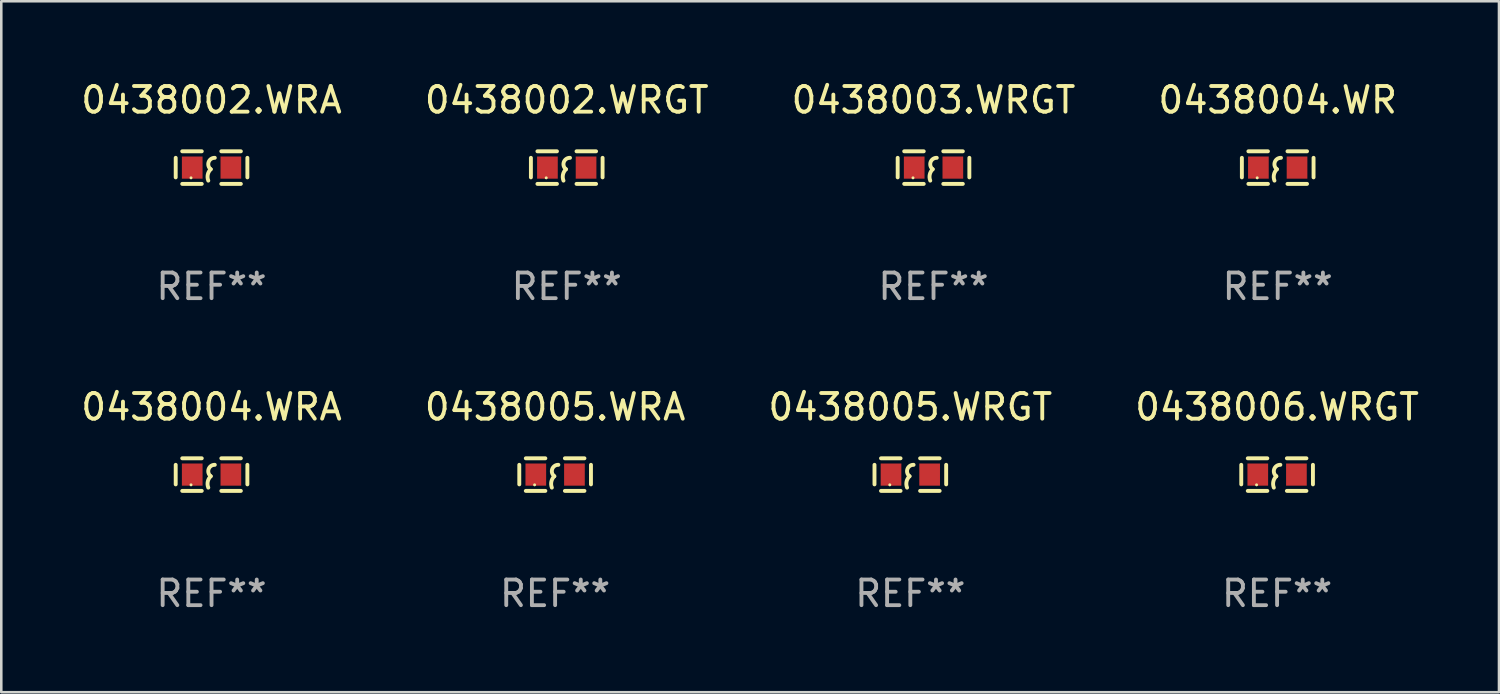
<source format=kicad_pcb>
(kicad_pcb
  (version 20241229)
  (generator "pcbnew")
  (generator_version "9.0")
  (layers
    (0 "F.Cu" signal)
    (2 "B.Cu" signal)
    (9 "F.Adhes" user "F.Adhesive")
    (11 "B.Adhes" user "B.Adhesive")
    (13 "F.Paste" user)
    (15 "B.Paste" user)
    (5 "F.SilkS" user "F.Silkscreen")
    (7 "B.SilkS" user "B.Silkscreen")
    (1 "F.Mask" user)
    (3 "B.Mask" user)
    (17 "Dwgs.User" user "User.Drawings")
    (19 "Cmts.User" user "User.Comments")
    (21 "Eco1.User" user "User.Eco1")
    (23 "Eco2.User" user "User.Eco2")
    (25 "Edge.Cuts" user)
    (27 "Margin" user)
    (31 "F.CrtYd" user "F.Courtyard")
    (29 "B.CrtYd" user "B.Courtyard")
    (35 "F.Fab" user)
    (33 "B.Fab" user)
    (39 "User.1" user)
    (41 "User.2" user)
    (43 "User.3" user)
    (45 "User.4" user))
  (footprint "0438002.WRGT"
    (layer "F.Cu")
    (at 19.042 3.483)
    (property "Reference" "0438002.WRGT" (at 0 -2.635 0) (layer "F.SilkS") (effects (font (size 1 1) (thickness 0.15))))
    (attr through_hole)
    (fp_line (start -1.397 -0.381) (end -1.397 0.381) (stroke (width 0.152) (type solid)) (layer "F.SilkS"))
    (fp_line (start -0.381 -0.635) (end -1.143 -0.635) (stroke (width 0.152) (type solid)) (layer "F.SilkS"))
    (fp_line (start -0.381 0.635) (end -1.143 0.635) (stroke (width 0.152) (type solid)) (layer "F.SilkS"))
    (fp_line (start 0.381 -0.635) (end 1.143 -0.635) (stroke (width 0.152) (type solid)) (layer "F.SilkS"))
    (fp_line (start 0.381 0.635) (end 1.143 0.635) (stroke (width 0.152) (type solid)) (layer "F.SilkS"))
    (fp_line (start 1.397 -0.381) (end 1.397 0.381) (stroke (width 0.152) (type solid)) (layer "F.SilkS"))
    (fp_arc (start -0.127 0.508001) (mid -0.146523 0.271131) (end -0.030861 0.0635) (stroke (width 0.151994) (type solid)) (layer "F.SilkS"))
    (fp_arc (start -0.03175 0.0635) (mid -0.113571 -0.216321) (end 0.127001 -0.381002) (stroke (width 0.151994) (type solid)) (layer "F.SilkS"))
    (fp_circle (center -0.8 0.4) (end -0.77 0.4) (stroke (width 0.06) (type solid)) (fill no) (layer "F.SilkS"))
    (fp_text user "REF**" (at 0 4.635 0) (layer "F.Fab") (effects (font (size 1 1) (thickness 0.15))))
    (pad "1" smd rect (at -0.753 0) (size 0.806 0.864) (layers "F.Cu" "F.Mask" "F.Paste"))
    (pad "2" smd rect (at 0.753 0) (size 0.806 0.864) (layers "F.Cu" "F.Mask" "F.Paste")))
  (footprint "0438004.WRA"
    (layer "F.Cu")
    (at 5.196 15.45)
    (property "Reference" "0438004.WRA" (at 0 -2.635 0) (layer "F.SilkS") (effects (font (size 1 1) (thickness 0.15))))
    (attr through_hole)
    (fp_line (start -1.397 -0.381) (end -1.397 0.381) (stroke (width 0.152) (type solid)) (layer "F.SilkS"))
    (fp_line (start -0.381 -0.635) (end -1.143 -0.635) (stroke (width 0.152) (type solid)) (layer "F.SilkS"))
    (fp_line (start -0.381 0.635) (end -1.143 0.635) (stroke (width 0.152) (type solid)) (layer "F.SilkS"))
    (fp_line (start 0.381 -0.635) (end 1.143 -0.635) (stroke (width 0.152) (type solid)) (layer "F.SilkS"))
    (fp_line (start 0.381 0.635) (end 1.143 0.635) (stroke (width 0.152) (type solid)) (layer "F.SilkS"))
    (fp_line (start 1.397 -0.381) (end 1.397 0.381) (stroke (width 0.152) (type solid)) (layer "F.SilkS"))
    (fp_arc (start -0.127 0.508001) (mid -0.146523 0.271131) (end -0.030861 0.0635) (stroke (width 0.151994) (type solid)) (layer "F.SilkS"))
    (fp_arc (start -0.03175 0.0635) (mid -0.113571 -0.216321) (end 0.127001 -0.381002) (stroke (width 0.151994) (type solid)) (layer "F.SilkS"))
    (fp_circle (center -0.8 0.4) (end -0.77 0.4) (stroke (width 0.06) (type solid)) (fill no) (layer "F.SilkS"))
    (fp_text user "REF**" (at 0 4.635 0) (layer "F.Fab") (effects (font (size 1 1) (thickness 0.15))))
    (pad "1" smd rect (at -0.753 0) (size 0.806 0.864) (layers "F.Cu" "F.Mask" "F.Paste"))
    (pad "2" smd rect (at 0.753 0) (size 0.806 0.864) (layers "F.Cu" "F.Mask" "F.Paste")))
  (footprint "0438002.WRA"
    (layer "F.Cu")
    (at 5.196 3.483)
    (property "Reference" "0438002.WRA" (at 0 -2.635 0) (layer "F.SilkS") (effects (font (size 1 1) (thickness 0.15))))
    (attr through_hole)
    (fp_line (start -1.397 -0.381) (end -1.397 0.381) (stroke (width 0.152) (type solid)) (layer "F.SilkS"))
    (fp_line (start -0.381 -0.635) (end -1.143 -0.635) (stroke (width 0.152) (type solid)) (layer "F.SilkS"))
    (fp_line (start -0.381 0.635) (end -1.143 0.635) (stroke (width 0.152) (type solid)) (layer "F.SilkS"))
    (fp_line (start 0.381 -0.635) (end 1.143 -0.635) (stroke (width 0.152) (type solid)) (layer "F.SilkS"))
    (fp_line (start 0.381 0.635) (end 1.143 0.635) (stroke (width 0.152) (type solid)) (layer "F.SilkS"))
    (fp_line (start 1.397 -0.381) (end 1.397 0.381) (stroke (width 0.152) (type solid)) (layer "F.SilkS"))
    (fp_arc (start -0.127 0.508001) (mid -0.146523 0.271131) (end -0.030861 0.0635) (stroke (width 0.151994) (type solid)) (layer "F.SilkS"))
    (fp_arc (start -0.03175 0.0635) (mid -0.113571 -0.216321) (end 0.127001 -0.381002) (stroke (width 0.151994) (type solid)) (layer "F.SilkS"))
    (fp_circle (center -0.8 0.4) (end -0.77 0.4) (stroke (width 0.06) (type solid)) (fill no) (layer "F.SilkS"))
    (fp_text user "REF**" (at 0 4.635 0) (layer "F.Fab") (effects (font (size 1 1) (thickness 0.15))))
    (pad "1" smd rect (at -0.753 0) (size 0.806 0.864) (layers "F.Cu" "F.Mask" "F.Paste"))
    (pad "2" smd rect (at 0.753 0) (size 0.806 0.864) (layers "F.Cu" "F.Mask" "F.Paste")))
  (footprint "0438003.WRGT"
    (layer "F.Cu")
    (at 33.339 3.483)
    (property "Reference" "0438003.WRGT" (at 0 -2.635 0) (layer "F.SilkS") (effects (font (size 1 1) (thickness 0.15))))
    (attr through_hole)
    (fp_line (start -1.397 -0.381) (end -1.397 0.381) (stroke (width 0.152) (type solid)) (layer "F.SilkS"))
    (fp_line (start -0.381 -0.635) (end -1.143 -0.635) (stroke (width 0.152) (type solid)) (layer "F.SilkS"))
    (fp_line (start -0.381 0.635) (end -1.143 0.635) (stroke (width 0.152) (type solid)) (layer "F.SilkS"))
    (fp_line (start 0.381 -0.635) (end 1.143 -0.635) (stroke (width 0.152) (type solid)) (layer "F.SilkS"))
    (fp_line (start 0.381 0.635) (end 1.143 0.635) (stroke (width 0.152) (type solid)) (layer "F.SilkS"))
    (fp_line (start 1.397 -0.381) (end 1.397 0.381) (stroke (width 0.152) (type solid)) (layer "F.SilkS"))
    (fp_arc (start -0.127 0.508001) (mid -0.146523 0.271131) (end -0.030861 0.0635) (stroke (width 0.151994) (type solid)) (layer "F.SilkS"))
    (fp_arc (start -0.03175 0.0635) (mid -0.113571 -0.216321) (end 0.127001 -0.381002) (stroke (width 0.151994) (type solid)) (layer "F.SilkS"))
    (fp_circle (center -0.8 0.4) (end -0.77 0.4) (stroke (width 0.06) (type solid)) (fill no) (layer "F.SilkS"))
    (fp_text user "REF**" (at 0 4.635 0) (layer "F.Fab") (effects (font (size 1 1) (thickness 0.15))))
    (pad "1" smd rect (at -0.753 0) (size 0.806 0.864) (layers "F.Cu" "F.Mask" "F.Paste"))
    (pad "2" smd rect (at 0.753 0) (size 0.806 0.864) (layers "F.Cu" "F.Mask" "F.Paste")))
  (footprint "0438005.WRA"
    (layer "F.Cu")
    (at 18.589 15.45)
    (property "Reference" "0438005.WRA" (at 0 -2.635 0) (layer "F.SilkS") (effects (font (size 1 1) (thickness 0.15))))
    (attr through_hole)
    (fp_line (start -1.397 -0.381) (end -1.397 0.381) (stroke (width 0.152) (type solid)) (layer "F.SilkS"))
    (fp_line (start -0.381 -0.635) (end -1.143 -0.635) (stroke (width 0.152) (type solid)) (layer "F.SilkS"))
    (fp_line (start -0.381 0.635) (end -1.143 0.635) (stroke (width 0.152) (type solid)) (layer "F.SilkS"))
    (fp_line (start 0.381 -0.635) (end 1.143 -0.635) (stroke (width 0.152) (type solid)) (layer "F.SilkS"))
    (fp_line (start 0.381 0.635) (end 1.143 0.635) (stroke (width 0.152) (type solid)) (layer "F.SilkS"))
    (fp_line (start 1.397 -0.381) (end 1.397 0.381) (stroke (width 0.152) (type solid)) (layer "F.SilkS"))
    (fp_arc (start -0.127 0.508001) (mid -0.146523 0.271131) (end -0.030861 0.0635) (stroke (width 0.151994) (type solid)) (layer "F.SilkS"))
    (fp_arc (start -0.03175 0.0635) (mid -0.113571 -0.216321) (end 0.127001 -0.381002) (stroke (width 0.151994) (type solid)) (layer "F.SilkS"))
    (fp_circle (center -0.8 0.4) (end -0.77 0.4) (stroke (width 0.06) (type solid)) (fill no) (layer "F.SilkS"))
    (fp_text user "REF**" (at 0 4.635 0) (layer "F.Fab") (effects (font (size 1 1) (thickness 0.15))))
    (pad "1" smd rect (at -0.753 0) (size 0.806 0.864) (layers "F.Cu" "F.Mask" "F.Paste"))
    (pad "2" smd rect (at 0.753 0) (size 0.806 0.864) (layers "F.Cu" "F.Mask" "F.Paste")))
  (footprint "0438005.WRGT"
    (layer "F.Cu")
    (at 32.435 15.45)
    (property "Reference" "0438005.WRGT" (at 0 -2.635 0) (layer "F.SilkS") (effects (font (size 1 1) (thickness 0.15))))
    (attr through_hole)
    (fp_line (start -1.397 -0.381) (end -1.397 0.381) (stroke (width 0.152) (type solid)) (layer "F.SilkS"))
    (fp_line (start -0.381 -0.635) (end -1.143 -0.635) (stroke (width 0.152) (type solid)) (layer "F.SilkS"))
    (fp_line (start -0.381 0.635) (end -1.143 0.635) (stroke (width 0.152) (type solid)) (layer "F.SilkS"))
    (fp_line (start 0.381 -0.635) (end 1.143 -0.635) (stroke (width 0.152) (type solid)) (layer "F.SilkS"))
    (fp_line (start 0.381 0.635) (end 1.143 0.635) (stroke (width 0.152) (type solid)) (layer "F.SilkS"))
    (fp_line (start 1.397 -0.381) (end 1.397 0.381) (stroke (width 0.152) (type solid)) (layer "F.SilkS"))
    (fp_arc (start -0.127 0.508001) (mid -0.146523 0.271131) (end -0.030861 0.0635) (stroke (width 0.151994) (type solid)) (layer "F.SilkS"))
    (fp_arc (start -0.03175 0.0635) (mid -0.113571 -0.216321) (end 0.127001 -0.381002) (stroke (width 0.151994) (type solid)) (layer "F.SilkS"))
    (fp_circle (center -0.8 0.4) (end -0.77 0.4) (stroke (width 0.06) (type solid)) (fill no) (layer "F.SilkS"))
    (fp_text user "REF**" (at 0 4.635 0) (layer "F.Fab") (effects (font (size 1 1) (thickness 0.15))))
    (pad "1" smd rect (at -0.753 0) (size 0.806 0.864) (layers "F.Cu" "F.Mask" "F.Paste"))
    (pad "2" smd rect (at 0.753 0) (size 0.806 0.864) (layers "F.Cu" "F.Mask" "F.Paste")))
  (footprint "0438006.WRGT"
    (layer "F.Cu")
    (at 46.732 15.45)
    (property "Reference" "0438006.WRGT" (at 0 -2.635 0) (layer "F.SilkS") (effects (font (size 1 1) (thickness 0.15))))
    (attr through_hole)
    (fp_line (start -1.397 -0.381) (end -1.397 0.381) (stroke (width 0.152) (type solid)) (layer "F.SilkS"))
    (fp_line (start -0.381 -0.635) (end -1.143 -0.635) (stroke (width 0.152) (type solid)) (layer "F.SilkS"))
    (fp_line (start -0.381 0.635) (end -1.143 0.635) (stroke (width 0.152) (type solid)) (layer "F.SilkS"))
    (fp_line (start 0.381 -0.635) (end 1.143 -0.635) (stroke (width 0.152) (type solid)) (layer "F.SilkS"))
    (fp_line (start 0.381 0.635) (end 1.143 0.635) (stroke (width 0.152) (type solid)) (layer "F.SilkS"))
    (fp_line (start 1.397 -0.381) (end 1.397 0.381) (stroke (width 0.152) (type solid)) (layer "F.SilkS"))
    (fp_arc (start -0.127 0.508001) (mid -0.146523 0.271131) (end -0.030861 0.0635) (stroke (width 0.151994) (type solid)) (layer "F.SilkS"))
    (fp_arc (start -0.03175 0.0635) (mid -0.113571 -0.216321) (end 0.127001 -0.381002) (stroke (width 0.151994) (type solid)) (layer "F.SilkS"))
    (fp_circle (center -0.8 0.4) (end -0.77 0.4) (stroke (width 0.06) (type solid)) (fill no) (layer "F.SilkS"))
    (fp_text user "REF**" (at 0 4.635 0) (layer "F.Fab") (effects (font (size 1 1) (thickness 0.15))))
    (pad "1" smd rect (at -0.753 0) (size 0.806 0.864) (layers "F.Cu" "F.Mask" "F.Paste"))
    (pad "2" smd rect (at 0.753 0) (size 0.806 0.864) (layers "F.Cu" "F.Mask" "F.Paste")))
  (footprint "0438004.WR"
    (layer "F.Cu")
    (at 46.756 3.483)
    (property "Reference" "0438004.WR" (at 0 -2.635 0) (layer "F.SilkS") (effects (font (size 1 1) (thickness 0.15))))
    (attr through_hole)
    (fp_line (start -1.397 -0.381) (end -1.397 0.381) (stroke (width 0.152) (type solid)) (layer "F.SilkS"))
    (fp_line (start -0.381 -0.635) (end -1.143 -0.635) (stroke (width 0.152) (type solid)) (layer "F.SilkS"))
    (fp_line (start -0.381 0.635) (end -1.143 0.635) (stroke (width 0.152) (type solid)) (layer "F.SilkS"))
    (fp_line (start 0.381 -0.635) (end 1.143 -0.635) (stroke (width 0.152) (type solid)) (layer "F.SilkS"))
    (fp_line (start 0.381 0.635) (end 1.143 0.635) (stroke (width 0.152) (type solid)) (layer "F.SilkS"))
    (fp_line (start 1.397 -0.381) (end 1.397 0.381) (stroke (width 0.152) (type solid)) (layer "F.SilkS"))
    (fp_arc (start -0.127 0.508001) (mid -0.146523 0.271131) (end -0.030861 0.0635) (stroke (width 0.151994) (type solid)) (layer "F.SilkS"))
    (fp_arc (start -0.03175 0.0635) (mid -0.113571 -0.216321) (end 0.127001 -0.381002) (stroke (width 0.151994) (type solid)) (layer "F.SilkS"))
    (fp_circle (center -0.8 0.4) (end -0.77 0.4) (stroke (width 0.06) (type solid)) (fill no) (layer "F.SilkS"))
    (fp_text user "REF**" (at 0 4.635 0) (layer "F.Fab") (effects (font (size 1 1) (thickness 0.15))))
    (pad "1" smd rect (at -0.753 0) (size 0.806 0.864) (layers "F.Cu" "F.Mask" "F.Paste"))
    (pad "2" smd rect (at 0.753 0) (size 0.806 0.864) (layers "F.Cu" "F.Mask" "F.Paste")))
  (gr_rect
    (start -3 -3)
    (end 55.381 23.933)
    (stroke (width 0.1) (type default))
    (fill no)
    (layer "Edge.Cuts")))
</source>
